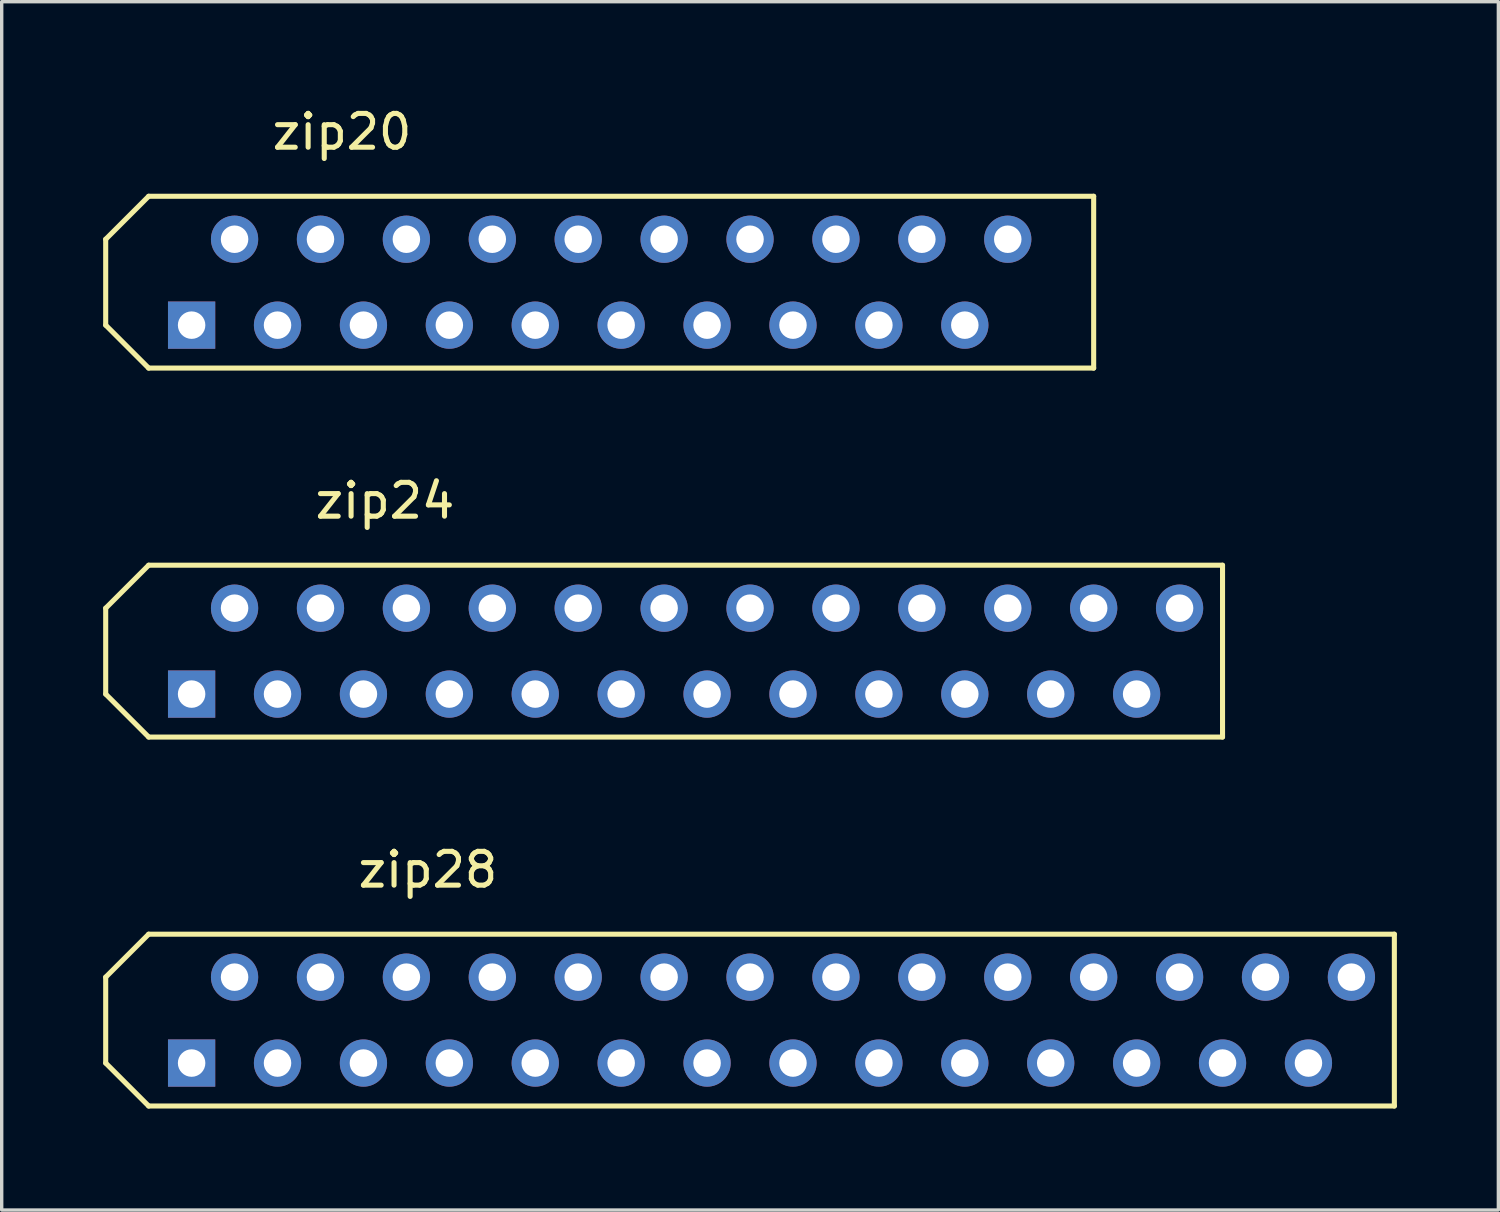
<source format=kicad_pcb>
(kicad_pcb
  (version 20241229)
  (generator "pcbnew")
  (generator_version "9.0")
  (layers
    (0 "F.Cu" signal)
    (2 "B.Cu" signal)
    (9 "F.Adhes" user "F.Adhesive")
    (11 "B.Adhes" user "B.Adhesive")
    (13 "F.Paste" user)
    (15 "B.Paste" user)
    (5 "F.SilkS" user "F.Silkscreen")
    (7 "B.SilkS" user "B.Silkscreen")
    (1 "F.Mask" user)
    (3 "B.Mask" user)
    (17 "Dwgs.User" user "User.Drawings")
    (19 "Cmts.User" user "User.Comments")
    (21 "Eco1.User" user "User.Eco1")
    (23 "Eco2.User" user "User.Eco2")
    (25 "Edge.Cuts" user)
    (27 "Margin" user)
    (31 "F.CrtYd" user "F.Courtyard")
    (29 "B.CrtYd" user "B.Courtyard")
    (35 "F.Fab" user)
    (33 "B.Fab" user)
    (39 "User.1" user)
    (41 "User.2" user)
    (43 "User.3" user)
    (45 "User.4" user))
  (footprint "zip20"
    (layer "F.Cu")
    (at 16.585 5.293)
    (property "Reference" "zip20" (at -9.525 -4.445 0) (layer "F.SilkS") (effects (font (size 1 1) (thickness 0.15))))
    (attr through_hole)
    (fp_line (start -16.51 -1.27) (end -15.24 -2.54) (stroke (width 0.15) (type solid)) (layer "F.SilkS"))
    (fp_line (start -16.51 1.27) (end -16.51 -1.27) (stroke (width 0.15) (type solid)) (layer "F.SilkS"))
    (fp_line (start -15.24 -2.54) (end 12.7 -2.54) (stroke (width 0.15) (type solid)) (layer "F.SilkS"))
    (fp_line (start -15.24 2.54) (end -16.51 1.27) (stroke (width 0.15) (type solid)) (layer "F.SilkS"))
    (fp_line (start 12.7 -2.54) (end 12.7 2.54) (stroke (width 0.15) (type solid)) (layer "F.SilkS"))
    (fp_line (start 12.7 2.54) (end -15.24 2.54) (stroke (width 0.15) (type solid)) (layer "F.SilkS"))
    (pad "1" thru_hole rect (at -13.97 1.27) (size 1.397 1.397) (drill 0.813) (layers "*.Cu" "*.Mask"))
    (pad "2" thru_hole circle (at -12.7 -1.27) (size 1.397 1.397) (drill 0.813) (layers "*.Cu" "*.Mask"))
    (pad "3" thru_hole circle (at -11.43 1.27) (size 1.397 1.397) (drill 0.813) (layers "*.Cu" "*.Mask"))
    (pad "4" thru_hole circle (at -10.16 -1.27) (size 1.397 1.397) (drill 0.813) (layers "*.Cu" "*.Mask"))
    (pad "5" thru_hole circle (at -8.89 1.27) (size 1.397 1.397) (drill 0.813) (layers "*.Cu" "*.Mask"))
    (pad "6" thru_hole circle (at -7.62 -1.27) (size 1.397 1.397) (drill 0.813) (layers "*.Cu" "*.Mask"))
    (pad "7" thru_hole circle (at -6.35 1.27) (size 1.397 1.397) (drill 0.813) (layers "*.Cu" "*.Mask"))
    (pad "8" thru_hole circle (at -5.08 -1.27) (size 1.397 1.397) (drill 0.813) (layers "*.Cu" "*.Mask"))
    (pad "9" thru_hole circle (at -3.81 1.27) (size 1.397 1.397) (drill 0.813) (layers "*.Cu" "*.Mask"))
    (pad "10" thru_hole circle (at -2.54 -1.27) (size 1.397 1.397) (drill 0.813) (layers "*.Cu" "*.Mask"))
    (pad "11" thru_hole circle (at -1.27 1.27) (size 1.397 1.397) (drill 0.813) (layers "*.Cu" "*.Mask"))
    (pad "12" thru_hole circle (at 0 -1.27) (size 1.397 1.397) (drill 0.813) (layers "*.Cu" "*.Mask"))
    (pad "13" thru_hole circle (at 1.27 1.27) (size 1.397 1.397) (drill 0.813) (layers "*.Cu" "*.Mask"))
    (pad "14" thru_hole circle (at 2.54 -1.27) (size 1.397 1.397) (drill 0.813) (layers "*.Cu" "*.Mask"))
    (pad "15" thru_hole circle (at 3.81 1.27) (size 1.397 1.397) (drill 0.813) (layers "*.Cu" "*.Mask"))
    (pad "16" thru_hole circle (at 5.08 -1.27) (size 1.397 1.397) (drill 0.813) (layers "*.Cu" "*.Mask"))
    (pad "17" thru_hole circle (at 6.35 1.27) (size 1.397 1.397) (drill 0.813) (layers "*.Cu" "*.Mask"))
    (pad "18" thru_hole circle (at 7.62 -1.27) (size 1.397 1.397) (drill 0.813) (layers "*.Cu" "*.Mask"))
    (pad "19" thru_hole circle (at 8.89 1.27) (size 1.397 1.397) (drill 0.813) (layers "*.Cu" "*.Mask"))
    (pad "20" thru_hole circle (at 10.16 -1.27) (size 1.397 1.397) (drill 0.813) (layers "*.Cu" "*.Mask")))
  (footprint "zip24"
    (layer "F.Cu")
    (at 16.585 16.201)
    (property "Reference" "zip24" (at -8.255 -4.445 0) (layer "F.SilkS") (effects (font (size 1 1) (thickness 0.15))))
    (attr through_hole)
    (fp_line (start -16.51 -1.27) (end -15.24 -2.54) (stroke (width 0.15) (type solid)) (layer "F.SilkS"))
    (fp_line (start -16.51 1.27) (end -16.51 -1.27) (stroke (width 0.15) (type solid)) (layer "F.SilkS"))
    (fp_line (start -15.24 -2.54) (end 16.51 -2.54) (stroke (width 0.15) (type solid)) (layer "F.SilkS"))
    (fp_line (start -15.24 2.54) (end -16.51 1.27) (stroke (width 0.15) (type solid)) (layer "F.SilkS"))
    (fp_line (start 16.51 -2.54) (end 16.51 2.54) (stroke (width 0.15) (type solid)) (layer "F.SilkS"))
    (fp_line (start 16.51 2.54) (end -15.24 2.54) (stroke (width 0.15) (type solid)) (layer "F.SilkS"))
    (pad "1" thru_hole rect (at -13.97 1.27) (size 1.397 1.397) (drill 0.813) (layers "*.Cu" "*.Mask"))
    (pad "2" thru_hole circle (at -12.7 -1.27) (size 1.397 1.397) (drill 0.813) (layers "*.Cu" "*.Mask"))
    (pad "3" thru_hole circle (at -11.43 1.27) (size 1.397 1.397) (drill 0.813) (layers "*.Cu" "*.Mask"))
    (pad "4" thru_hole circle (at -10.16 -1.27) (size 1.397 1.397) (drill 0.813) (layers "*.Cu" "*.Mask"))
    (pad "5" thru_hole circle (at -8.89 1.27) (size 1.397 1.397) (drill 0.813) (layers "*.Cu" "*.Mask"))
    (pad "6" thru_hole circle (at -7.62 -1.27) (size 1.397 1.397) (drill 0.813) (layers "*.Cu" "*.Mask"))
    (pad "7" thru_hole circle (at -6.35 1.27) (size 1.397 1.397) (drill 0.813) (layers "*.Cu" "*.Mask"))
    (pad "8" thru_hole circle (at -5.08 -1.27) (size 1.397 1.397) (drill 0.813) (layers "*.Cu" "*.Mask"))
    (pad "9" thru_hole circle (at -3.81 1.27) (size 1.397 1.397) (drill 0.813) (layers "*.Cu" "*.Mask"))
    (pad "10" thru_hole circle (at -2.54 -1.27) (size 1.397 1.397) (drill 0.813) (layers "*.Cu" "*.Mask"))
    (pad "11" thru_hole circle (at -1.27 1.27) (size 1.397 1.397) (drill 0.813) (layers "*.Cu" "*.Mask"))
    (pad "12" thru_hole circle (at 0 -1.27) (size 1.397 1.397) (drill 0.813) (layers "*.Cu" "*.Mask"))
    (pad "13" thru_hole circle (at 1.27 1.27) (size 1.397 1.397) (drill 0.813) (layers "*.Cu" "*.Mask"))
    (pad "14" thru_hole circle (at 2.54 -1.27) (size 1.397 1.397) (drill 0.813) (layers "*.Cu" "*.Mask"))
    (pad "15" thru_hole circle (at 3.81 1.27) (size 1.397 1.397) (drill 0.813) (layers "*.Cu" "*.Mask"))
    (pad "16" thru_hole circle (at 5.08 -1.27) (size 1.397 1.397) (drill 0.813) (layers "*.Cu" "*.Mask"))
    (pad "17" thru_hole circle (at 6.35 1.27) (size 1.397 1.397) (drill 0.813) (layers "*.Cu" "*.Mask"))
    (pad "18" thru_hole circle (at 7.62 -1.27) (size 1.397 1.397) (drill 0.813) (layers "*.Cu" "*.Mask"))
    (pad "19" thru_hole circle (at 8.89 1.27) (size 1.397 1.397) (drill 0.813) (layers "*.Cu" "*.Mask"))
    (pad "20" thru_hole circle (at 10.16 -1.27) (size 1.397 1.397) (drill 0.813) (layers "*.Cu" "*.Mask"))
    (pad "21" thru_hole circle (at 11.43 1.27) (size 1.397 1.397) (drill 0.813) (layers "*.Cu" "*.Mask"))
    (pad "22" thru_hole circle (at 12.7 -1.27) (size 1.397 1.397) (drill 0.813) (layers "*.Cu" "*.Mask"))
    (pad "23" thru_hole circle (at 13.97 1.27) (size 1.397 1.397) (drill 0.813) (layers "*.Cu" "*.Mask"))
    (pad "24" thru_hole circle (at 15.24 -1.27) (size 1.397 1.397) (drill 0.813) (layers "*.Cu" "*.Mask")))
  (footprint "zip28"
    (layer "F.Cu")
    (at 19.125 27.11)
    (property "Reference" "zip28" (at -9.525 -4.445 0) (layer "F.SilkS") (effects (font (size 1 1) (thickness 0.15))))
    (attr through_hole)
    (fp_line (start -19.05 -1.27) (end -17.78 -2.54) (stroke (width 0.15) (type solid)) (layer "F.SilkS"))
    (fp_line (start -19.05 1.27) (end -19.05 -1.27) (stroke (width 0.15) (type solid)) (layer "F.SilkS"))
    (fp_line (start -17.78 -2.54) (end 19.05 -2.54) (stroke (width 0.15) (type solid)) (layer "F.SilkS"))
    (fp_line (start -17.78 2.54) (end -19.05 1.27) (stroke (width 0.15) (type solid)) (layer "F.SilkS"))
    (fp_line (start 19.05 -2.54) (end 19.05 2.54) (stroke (width 0.15) (type solid)) (layer "F.SilkS"))
    (fp_line (start 19.05 2.54) (end -17.78 2.54) (stroke (width 0.15) (type solid)) (layer "F.SilkS"))
    (pad "1" thru_hole rect (at -16.51 1.27) (size 1.397 1.397) (drill 0.813) (layers "*.Cu" "*.Mask"))
    (pad "2" thru_hole circle (at -15.24 -1.27) (size 1.397 1.397) (drill 0.813) (layers "*.Cu" "*.Mask"))
    (pad "3" thru_hole circle (at -13.97 1.27) (size 1.397 1.397) (drill 0.813) (layers "*.Cu" "*.Mask"))
    (pad "4" thru_hole circle (at -12.7 -1.27) (size 1.397 1.397) (drill 0.813) (layers "*.Cu" "*.Mask"))
    (pad "5" thru_hole circle (at -11.43 1.27) (size 1.397 1.397) (drill 0.813) (layers "*.Cu" "*.Mask"))
    (pad "6" thru_hole circle (at -10.16 -1.27) (size 1.397 1.397) (drill 0.813) (layers "*.Cu" "*.Mask"))
    (pad "7" thru_hole circle (at -8.89 1.27) (size 1.397 1.397) (drill 0.813) (layers "*.Cu" "*.Mask"))
    (pad "8" thru_hole circle (at -7.62 -1.27) (size 1.397 1.397) (drill 0.813) (layers "*.Cu" "*.Mask"))
    (pad "9" thru_hole circle (at -6.35 1.27) (size 1.397 1.397) (drill 0.813) (layers "*.Cu" "*.Mask"))
    (pad "10" thru_hole circle (at -5.08 -1.27) (size 1.397 1.397) (drill 0.813) (layers "*.Cu" "*.Mask"))
    (pad "11" thru_hole circle (at -3.81 1.27) (size 1.397 1.397) (drill 0.813) (layers "*.Cu" "*.Mask"))
    (pad "12" thru_hole circle (at -2.54 -1.27) (size 1.397 1.397) (drill 0.813) (layers "*.Cu" "*.Mask"))
    (pad "13" thru_hole circle (at -1.27 1.27) (size 1.397 1.397) (drill 0.813) (layers "*.Cu" "*.Mask"))
    (pad "14" thru_hole circle (at 0 -1.27) (size 1.397 1.397) (drill 0.813) (layers "*.Cu" "*.Mask"))
    (pad "15" thru_hole circle (at 1.27 1.27) (size 1.397 1.397) (drill 0.813) (layers "*.Cu" "*.Mask"))
    (pad "16" thru_hole circle (at 2.54 -1.27) (size 1.397 1.397) (drill 0.813) (layers "*.Cu" "*.Mask"))
    (pad "17" thru_hole circle (at 3.81 1.27) (size 1.397 1.397) (drill 0.813) (layers "*.Cu" "*.Mask"))
    (pad "18" thru_hole circle (at 5.08 -1.27) (size 1.397 1.397) (drill 0.813) (layers "*.Cu" "*.Mask"))
    (pad "19" thru_hole circle (at 6.35 1.27) (size 1.397 1.397) (drill 0.813) (layers "*.Cu" "*.Mask"))
    (pad "20" thru_hole circle (at 7.62 -1.27) (size 1.397 1.397) (drill 0.813) (layers "*.Cu" "*.Mask"))
    (pad "21" thru_hole circle (at 8.89 1.27) (size 1.397 1.397) (drill 0.813) (layers "*.Cu" "*.Mask"))
    (pad "22" thru_hole circle (at 10.16 -1.27) (size 1.397 1.397) (drill 0.813) (layers "*.Cu" "*.Mask"))
    (pad "23" thru_hole circle (at 11.43 1.27) (size 1.397 1.397) (drill 0.813) (layers "*.Cu" "*.Mask"))
    (pad "24" thru_hole circle (at 12.7 -1.27) (size 1.397 1.397) (drill 0.813) (layers "*.Cu" "*.Mask"))
    (pad "25" thru_hole circle (at 13.97 1.27) (size 1.397 1.397) (drill 0.813) (layers "*.Cu" "*.Mask"))
    (pad "26" thru_hole circle (at 15.24 -1.27) (size 1.397 1.397) (drill 0.813) (layers "*.Cu" "*.Mask"))
    (pad "27" thru_hole circle (at 16.51 1.27) (size 1.397 1.397) (drill 0.813) (layers "*.Cu" "*.Mask"))
    (pad "28" thru_hole circle (at 17.78 -1.27) (size 1.397 1.397) (drill 0.813) (layers "*.Cu" "*.Mask")))
  (gr_rect
    (start -3 -3)
    (end 41.25 32.725)
    (stroke (width 0.1) (type default))
    (fill no)
    (layer "Edge.Cuts")))
</source>
